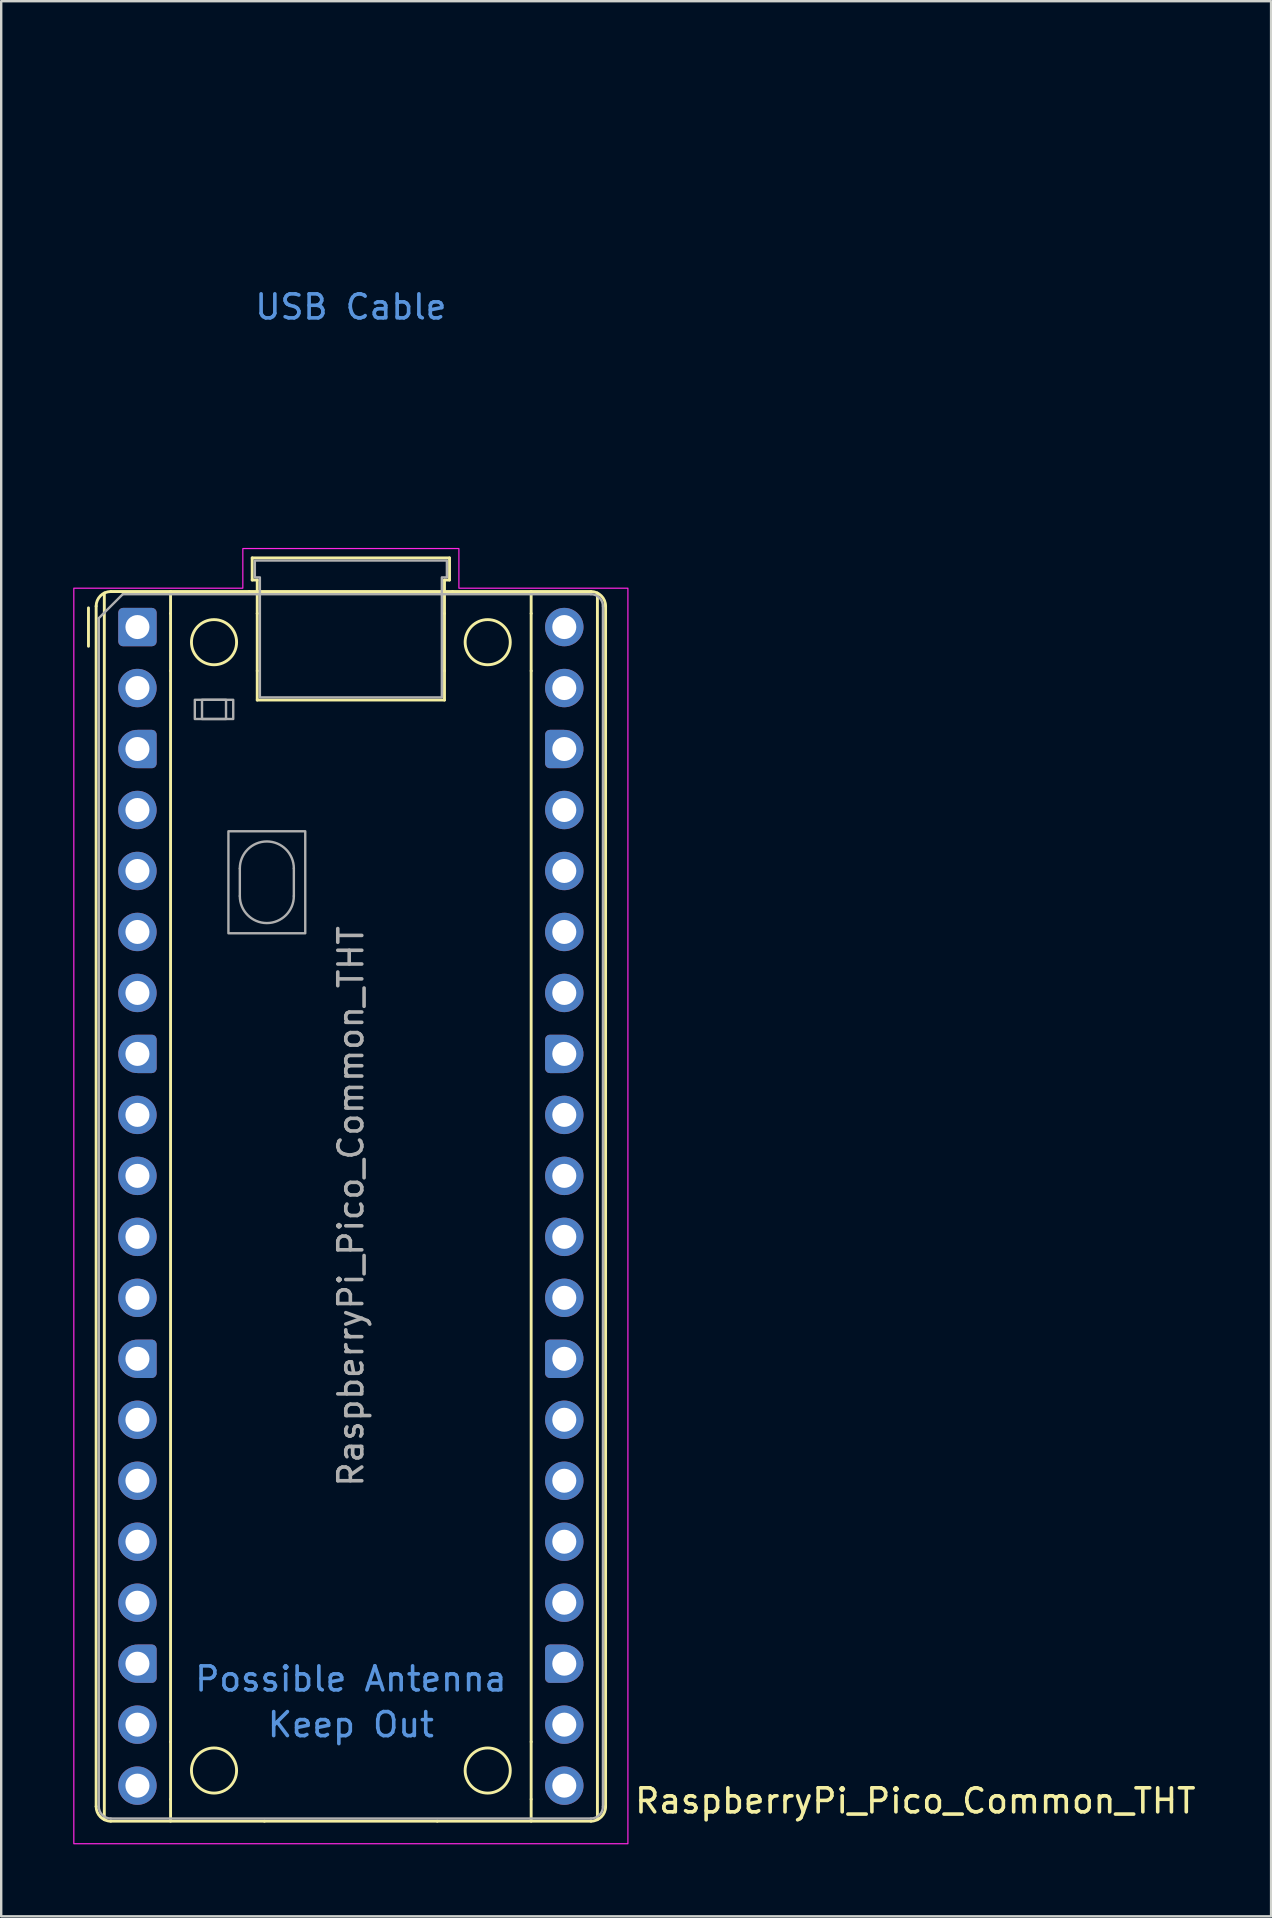
<source format=kicad_pcb>
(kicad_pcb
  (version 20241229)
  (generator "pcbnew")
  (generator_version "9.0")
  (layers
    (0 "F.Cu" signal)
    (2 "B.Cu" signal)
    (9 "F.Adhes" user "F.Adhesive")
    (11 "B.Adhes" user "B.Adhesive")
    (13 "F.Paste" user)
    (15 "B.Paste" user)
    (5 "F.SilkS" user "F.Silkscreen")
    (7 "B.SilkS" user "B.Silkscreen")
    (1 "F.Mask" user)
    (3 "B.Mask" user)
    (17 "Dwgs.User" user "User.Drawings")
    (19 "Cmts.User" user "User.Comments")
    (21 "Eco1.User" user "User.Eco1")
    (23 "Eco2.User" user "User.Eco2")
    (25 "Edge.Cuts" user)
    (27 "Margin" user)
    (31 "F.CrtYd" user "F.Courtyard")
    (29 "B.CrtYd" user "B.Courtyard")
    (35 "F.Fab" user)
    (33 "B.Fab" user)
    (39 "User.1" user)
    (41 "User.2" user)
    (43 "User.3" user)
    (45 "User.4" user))
  (footprint "RaspberryPi_Pico_Common_THT"
    (layer "F.Cu")
    (at 11.565 47.2)
    (property "Reference" "RaspberryPi_Pico_Common_THT" (at 11.748 24.765 0) (unlocked yes) (layer "F.SilkS") (effects (font (size 1 1) (thickness 0.15)) (justify left)))
    (attr through_hole)
    (fp_line (start -10.93 -23.33) (end -10.93 -24.93) (stroke (width 0.12) (type solid)) (layer "F.SilkS"))
    (fp_line (start -10.61 -25) (end -10.61 25) (stroke (width 0.12) (type solid)) (layer "F.SilkS"))
    (fp_line (start -10.27 -25.547) (end -10.27 25.547) (stroke (width 0.12) (type solid)) (layer "F.SilkS"))
    (fp_line (start -10 -25.61) (end -7.51 -25.61) (stroke (width 0.12) (type solid)) (layer "F.SilkS"))
    (fp_line (start -10 25.61) (end -3.6 25.61) (stroke (width 0.12) (type solid)) (layer "F.SilkS"))
    (fp_line (start -7.51 -25.61) (end -7.51 -24.696) (stroke (width 0.12) (type solid)) (layer "F.SilkS"))
    (fp_line (start -7.51 -25.61) (end -4.235 -25.61) (stroke (width 0.12) (type solid)) (layer "F.SilkS"))
    (fp_line (start -7.51 -24.696) (end -7.51 -22.304) (stroke (width 0.12) (type solid)) (layer "F.SilkS"))
    (fp_line (start -7.51 -22.304) (end -7.51 22.304) (stroke (width 0.12) (type solid)) (layer "F.SilkS"))
    (fp_line (start -7.51 22.304) (end -7.51 24.696) (stroke (width 0.12) (type solid)) (layer "F.SilkS"))
    (fp_line (start -7.51 24.696) (end -7.51 25.61) (stroke (width 0.12) (type solid)) (layer "F.SilkS"))
    (fp_line (start -4.235 -25.61) (end 4.235 -25.61) (stroke (width 0.12) (type solid)) (layer "F.SilkS"))
    (fp_line (start -4.11 -27.01) (end -4.11 -26.09) (stroke (width 0.12) (type solid)) (layer "F.SilkS"))
    (fp_line (start -4.11 -27.01) (end 4.11 -27.01) (stroke (width 0.12) (type solid)) (layer "F.SilkS"))
    (fp_line (start -4.11 -26.09) (end -3.9 -26.09) (stroke (width 0.12) (type solid)) (layer "F.SilkS"))
    (fp_line (start -3.9 -26.09) (end -3.9 -24.694) (stroke (width 0.12) (type solid)) (layer "F.SilkS"))
    (fp_line (start -3.9 -24.694) (end -3.9 -22.306) (stroke (width 0.12) (type default)) (layer "F.SilkS"))
    (fp_line (start -3.9 -22.306) (end -3.9 -21.09) (stroke (width 0.12) (type solid)) (layer "F.SilkS"))
    (fp_line (start 3.6 25.61) (end -3.6 25.61) (stroke (width 0.12) (type solid)) (layer "F.SilkS"))
    (fp_line (start 3.6 25.61) (end 10 25.61) (stroke (width 0.12) (type solid)) (layer "F.SilkS"))
    (fp_line (start 3.9 -26.09) (end 3.9 -24.694) (stroke (width 0.12) (type solid)) (layer "F.SilkS"))
    (fp_line (start 3.9 -24.694) (end 3.9 -22.306) (stroke (width 0.12) (type default)) (layer "F.SilkS"))
    (fp_line (start 3.9 -22.306) (end 3.9 -21.09) (stroke (width 0.12) (type solid)) (layer "F.SilkS"))
    (fp_line (start 3.9 -21.09) (end -3.9 -21.09) (stroke (width 0.12) (type solid)) (layer "F.SilkS"))
    (fp_line (start 4.11 -27.01) (end 4.11 -26.09) (stroke (width 0.12) (type solid)) (layer "F.SilkS"))
    (fp_line (start 4.11 -26.09) (end 3.9 -26.09) (stroke (width 0.12) (type solid)) (layer "F.SilkS"))
    (fp_line (start 4.235 -25.61) (end 7.51 -25.61) (stroke (width 0.12) (type solid)) (layer "F.SilkS"))
    (fp_line (start 7.51 -25.61) (end 7.51 -24.696) (stroke (width 0.12) (type solid)) (layer "F.SilkS"))
    (fp_line (start 7.51 -24.696) (end 7.51 -22.304) (stroke (width 0.12) (type solid)) (layer "F.SilkS"))
    (fp_line (start 7.51 -22.304) (end 7.51 22.304) (stroke (width 0.12) (type solid)) (layer "F.SilkS"))
    (fp_line (start 7.51 22.304) (end 7.51 24.696) (stroke (width 0.12) (type solid)) (layer "F.SilkS"))
    (fp_line (start 7.51 24.696) (end 7.51 25.61) (stroke (width 0.12) (type solid)) (layer "F.SilkS"))
    (fp_line (start 10 -25.61) (end 7.51 -25.61) (stroke (width 0.12) (type solid)) (layer "F.SilkS"))
    (fp_line (start 10.27 25.547) (end 10.27 -25.547) (stroke (width 0.12) (type solid)) (layer "F.SilkS"))
    (fp_line (start 10.61 -25) (end 10.61 25) (stroke (width 0.12) (type solid)) (layer "F.SilkS"))
    (fp_arc (start -10.61 -25) (mid -10.431335 -25.431335) (end -10 -25.61) (stroke (width 0.12) (type solid)) (layer "F.SilkS"))
    (fp_arc (start -10 25.61) (mid -10.431364 25.431364) (end -10.61 25) (stroke (width 0.12) (type solid)) (layer "F.SilkS"))
    (fp_arc (start 10 -25.61) (mid 10.431335 -25.431335) (end 10.61 -25) (stroke (width 0.12) (type solid)) (layer "F.SilkS"))
    (fp_arc (start 10.61 25) (mid 10.431335 25.431335) (end 10 25.61) (stroke (width 0.12) (type solid)) (layer "F.SilkS"))
    (fp_circle (center -5.7 -23.5) (end -4.76 -23.5) (stroke (width 0.12) (type solid)) (fill no) (layer "F.SilkS"))
    (fp_circle (center -5.7 23.5) (end -4.76 23.5) (stroke (width 0.12) (type solid)) (fill no) (layer "F.SilkS"))
    (fp_circle (center 5.7 -23.5) (end 6.64 -23.5) (stroke (width 0.12) (type solid)) (fill no) (layer "F.SilkS"))
    (fp_circle (center 5.7 23.5) (end 6.64 23.5) (stroke (width 0.12) (type solid)) (fill no) (layer "F.SilkS"))
    (fp_poly (pts (xy -4.5 -27.4) (xy 4.5 -27.4) (xy 4.5 -25.75) (xy 11.54 -25.75) (xy 11.54 26.55) (xy -11.54 26.55) (xy -11.54 -25.75) (xy -4.5 -25.75)) (stroke (width 0.05) (type solid)) (fill no) (layer "F.CrtYd"))
    (fp_line (start -10.5 -24.5) (end -9.5 -25.5) (stroke (width 0.1) (type solid)) (layer "F.Fab"))
    (fp_line (start -10.5 25) (end -10.5 -24.5) (stroke (width 0.1) (type solid)) (layer "F.Fab"))
    (fp_line (start -9.5 -25.5) (end 10 -25.5) (stroke (width 0.1) (type solid)) (layer "F.Fab"))
    (fp_line (start -4.625 -14.075) (end -4.625 -12.925) (stroke (width 0.1) (type solid)) (layer "F.Fab"))
    (fp_line (start -2.375 -14.075) (end -2.375 -12.925) (stroke (width 0.1) (type solid)) (layer "F.Fab"))
    (fp_line (start 10 25.5) (end -10 25.5) (stroke (width 0.1) (type solid)) (layer "F.Fab"))
    (fp_line (start 10.5 -25) (end 10.5 25) (stroke (width 0.1) (type solid)) (layer "F.Fab"))
    (fp_rect (start -6.5 -21.1) (end -4.9 -20.3) (stroke (width 0.1) (type solid)) (fill no) (layer "F.Fab"))
    (fp_rect (start -6.2 -21.1) (end -5.2 -20.3) (stroke (width 0.1) (type solid)) (fill no) (layer "F.Fab"))
    (fp_rect (start -5.1 -15.625) (end -1.9 -11.375) (stroke (width 0.1) (type solid)) (fill no) (layer "F.Fab"))
    (fp_arc (start -10 25.5) (mid -10.353553 25.353553) (end -10.5 25) (stroke (width 0.1) (type solid)) (layer "F.Fab"))
    (fp_arc (start -4.625 -14.075) (mid -3.5 -15.2) (end -2.375 -14.075) (stroke (width 0.1) (type solid)) (layer "F.Fab"))
    (fp_arc (start -2.375 -12.925) (mid -3.5 -11.8) (end -4.625 -12.925) (stroke (width 0.1) (type solid)) (layer "F.Fab"))
    (fp_arc (start 10 -25.5) (mid 10.353553 -25.353553) (end 10.5 -25) (stroke (width 0.1) (type solid)) (layer "F.Fab"))
    (fp_arc (start 10.5 25) (mid 10.353553 25.353553) (end 10 25.5) (stroke (width 0.1) (type solid)) (layer "F.Fab"))
    (fp_poly (pts (xy 3.79 -21.2) (xy 3.79 -26.2) (xy 4 -26.2) (xy 4 -26.9) (xy -4 -26.9) (xy -4 -26.2) (xy -3.79 -26.2) (xy -3.79 -21.2)) (stroke (width 0.1) (type solid)) (fill no) (layer "F.Fab"))
    (fp_text user "Possible Antenna" (at 0 19.685 0) (unlocked yes) (layer "Cmts.User") (effects (font (size 1 1) (thickness 0.15))))
    (fp_text user "USB Cable" (at 0 -37.465 0) (unlocked yes) (layer "Cmts.User") (effects (font (size 1 1) (thickness 0.15))))
    (fp_text user "Keep Out" (at 0 21.59 0) (unlocked yes) (layer "Cmts.User") (effects (font (size 1 1) (thickness 0.15))))
    (fp_text user "${REFERENCE}" (at 0 0 90) (layer "F.Fab") (effects (font (size 1 1) (thickness 0.15))))
    (pad "1" thru_hole roundrect (at -8.89 -24.13) (size 1.6 1.6) (drill 1) (layers "*.Cu" "*.Mask") (roundrect_rratio 0.125))
    (pad "2" thru_hole circle (at -8.89 -21.59) (size 1.6 1.6) (drill 1) (layers "*.Cu" "*.Mask"))
    (pad "3" thru_hole custom (at -8.89 -19.05) (size 1.6 1.6) (drill 1) (layers "*.Cu" "*.Mask") (options (anchor circle)) (primitives (gr_poly (pts (xy 0.8 0.6) (xy 0.8 -0.6) (xy 0.6 -0.8) (xy 0 -0.8) (xy 0 0.8) (xy 0.6 0.8)) (width 0) (fill yes)) (gr_circle (center 0.6 0.6) (end 0.8 0.6) (width 0) (fill yes)) (gr_circle (center 0.6 -0.6) (end 0.8 -0.6) (width 0) (fill yes))))
    (pad "4" thru_hole circle (at -8.89 -16.51) (size 1.6 1.6) (drill 1) (layers "*.Cu" "*.Mask"))
    (pad "5" thru_hole circle (at -8.89 -13.97) (size 1.6 1.6) (drill 1) (layers "*.Cu" "*.Mask"))
    (pad "6" thru_hole circle (at -8.89 -11.43) (size 1.6 1.6) (drill 1) (layers "*.Cu" "*.Mask"))
    (pad "7" thru_hole circle (at -8.89 -8.89) (size 1.6 1.6) (drill 1) (layers "*.Cu" "*.Mask"))
    (pad "8" thru_hole custom (at -8.89 -6.35) (size 1.6 1.6) (drill 1) (layers "*.Cu" "*.Mask") (options (anchor circle)) (primitives (gr_poly (pts (xy 0.8 0.6) (xy 0.8 -0.6) (xy 0.6 -0.8) (xy 0 -0.8) (xy 0 0.8) (xy 0.6 0.8)) (width 0) (fill yes)) (gr_circle (center 0.6 0.6) (end 0.8 0.6) (width 0) (fill yes)) (gr_circle (center 0.6 -0.6) (end 0.8 -0.6) (width 0) (fill yes))))
    (pad "9" thru_hole circle (at -8.89 -3.81) (size 1.6 1.6) (drill 1) (layers "*.Cu" "*.Mask"))
    (pad "10" thru_hole circle (at -8.89 -1.27) (size 1.6 1.6) (drill 1) (layers "*.Cu" "*.Mask"))
    (pad "11" thru_hole circle (at -8.89 1.27) (size 1.6 1.6) (drill 1) (layers "*.Cu" "*.Mask"))
    (pad "12" thru_hole circle (at -8.89 3.81) (size 1.6 1.6) (drill 1) (layers "*.Cu" "*.Mask"))
    (pad "13" thru_hole custom (at -8.89 6.35) (size 1.6 1.6) (drill 1) (layers "*.Cu" "*.Mask") (options (anchor circle)) (primitives (gr_poly (pts (xy 0.8 0.6) (xy 0.8 -0.6) (xy 0.6 -0.8) (xy 0 -0.8) (xy 0 0.8) (xy 0.6 0.8)) (width 0) (fill yes)) (gr_circle (center 0.6 0.6) (end 0.8 0.6) (width 0) (fill yes)) (gr_circle (center 0.6 -0.6) (end 0.8 -0.6) (width 0) (fill yes))))
    (pad "14" thru_hole circle (at -8.89 8.89) (size 1.6 1.6) (drill 1) (layers "*.Cu" "*.Mask"))
    (pad "15" thru_hole circle (at -8.89 11.43) (size 1.6 1.6) (drill 1) (layers "*.Cu" "*.Mask"))
    (pad "16" thru_hole circle (at -8.89 13.97) (size 1.6 1.6) (drill 1) (layers "*.Cu" "*.Mask"))
    (pad "17" thru_hole circle (at -8.89 16.51) (size 1.6 1.6) (drill 1) (layers "*.Cu" "*.Mask"))
    (pad "18" thru_hole custom (at -8.89 19.05) (size 1.6 1.6) (drill 1) (layers "*.Cu" "*.Mask") (options (anchor circle)) (primitives (gr_poly (pts (xy 0.8 0.6) (xy 0.8 -0.6) (xy 0.6 -0.8) (xy 0 -0.8) (xy 0 0.8) (xy 0.6 0.8)) (width 0) (fill yes)) (gr_circle (center 0.6 0.6) (end 0.8 0.6) (width 0) (fill yes)) (gr_circle (center 0.6 -0.6) (end 0.8 -0.6) (width 0) (fill yes))))
    (pad "19" thru_hole circle (at -8.89 21.59) (size 1.6 1.6) (drill 1) (layers "*.Cu" "*.Mask"))
    (pad "20" thru_hole circle (at -8.89 24.13) (size 1.6 1.6) (drill 1) (layers "*.Cu" "*.Mask"))
    (pad "21" thru_hole circle (at 8.89 24.13) (size 1.6 1.6) (drill 1) (layers "*.Cu" "*.Mask"))
    (pad "22" thru_hole circle (at 8.89 21.59) (size 1.6 1.6) (drill 1) (layers "*.Cu" "*.Mask"))
    (pad "23" thru_hole custom (at 8.89 19.05) (size 1.6 1.6) (drill 1) (layers "*.Cu" "*.Mask") (options (anchor circle)) (primitives (gr_poly (pts (xy -0.8 0.6) (xy -0.8 -0.6) (xy -0.6 -0.8) (xy 0 -0.8) (xy 0 0.8) (xy -0.6 0.8)) (width 0) (fill yes)) (gr_circle (center -0.6 0.6) (end -0.4 0.6) (width 0) (fill yes)) (gr_circle (center -0.6 -0.6) (end -0.4 -0.6) (width 0) (fill yes))))
    (pad "24" thru_hole circle (at 8.89 16.51) (size 1.6 1.6) (drill 1) (layers "*.Cu" "*.Mask"))
    (pad "25" thru_hole circle (at 8.89 13.97) (size 1.6 1.6) (drill 1) (layers "*.Cu" "*.Mask"))
    (pad "26" thru_hole circle (at 8.89 11.43) (size 1.6 1.6) (drill 1) (layers "*.Cu" "*.Mask"))
    (pad "27" thru_hole circle (at 8.89 8.89) (size 1.6 1.6) (drill 1) (layers "*.Cu" "*.Mask"))
    (pad "28" thru_hole custom (at 8.89 6.35) (size 1.6 1.6) (drill 1) (layers "*.Cu" "*.Mask") (options (anchor circle)) (primitives (gr_poly (pts (xy -0.8 0.6) (xy -0.8 -0.6) (xy -0.6 -0.8) (xy 0 -0.8) (xy 0 0.8) (xy -0.6 0.8)) (width 0) (fill yes)) (gr_circle (center -0.6 0.6) (end -0.4 0.6) (width 0) (fill yes)) (gr_circle (center -0.6 -0.6) (end -0.4 -0.6) (width 0) (fill yes))))
    (pad "29" thru_hole circle (at 8.89 3.81) (size 1.6 1.6) (drill 1) (layers "*.Cu" "*.Mask"))
    (pad "30" thru_hole circle (at 8.89 1.27) (size 1.6 1.6) (drill 1) (layers "*.Cu" "*.Mask"))
    (pad "31" thru_hole circle (at 8.89 -1.27) (size 1.6 1.6) (drill 1) (layers "*.Cu" "*.Mask"))
    (pad "32" thru_hole circle (at 8.89 -3.81) (size 1.6 1.6) (drill 1) (layers "*.Cu" "*.Mask"))
    (pad "33" thru_hole custom (at 8.89 -6.35) (size 1.6 1.6) (drill 1) (layers "*.Cu" "*.Mask") (options (anchor circle)) (primitives (gr_poly (pts (xy -0.8 0.6) (xy -0.8 -0.6) (xy -0.6 -0.8) (xy 0 -0.8) (xy 0 0.8) (xy -0.6 0.8)) (width 0) (fill yes)) (gr_circle (center -0.6 0.6) (end -0.4 0.6) (width 0) (fill yes)) (gr_circle (center -0.6 -0.6) (end -0.4 -0.6) (width 0) (fill yes))))
    (pad "34" thru_hole circle (at 8.89 -8.89) (size 1.6 1.6) (drill 1) (layers "*.Cu" "*.Mask"))
    (pad "35" thru_hole circle (at 8.89 -11.43) (size 1.6 1.6) (drill 1) (layers "*.Cu" "*.Mask"))
    (pad "36" thru_hole circle (at 8.89 -13.97) (size 1.6 1.6) (drill 1) (layers "*.Cu" "*.Mask"))
    (pad "37" thru_hole circle (at 8.89 -16.51) (size 1.6 1.6) (drill 1) (layers "*.Cu" "*.Mask"))
    (pad "38" thru_hole custom (at 8.89 -19.05) (size 1.6 1.6) (drill 1) (layers "*.Cu" "*.Mask") (options (anchor circle)) (primitives (gr_poly (pts (xy -0.8 0.6) (xy -0.8 -0.6) (xy -0.6 -0.8) (xy 0 -0.8) (xy 0 0.8) (xy -0.6 0.8)) (width 0) (fill yes)) (gr_circle (center -0.6 0.6) (end -0.4 0.6) (width 0) (fill yes)) (gr_circle (center -0.6 -0.6) (end -0.4 -0.6) (width 0) (fill yes))))
    (pad "39" thru_hole circle (at 8.89 -21.59) (size 1.6 1.6) (drill 1) (layers "*.Cu" "*.Mask"))
    (pad "40" thru_hole circle (at 8.89 -24.13) (size 1.6 1.6) (drill 1) (layers "*.Cu" "*.Mask"))
    (zone (net_name "") (layers "F.Cu" "B.Cu" "F.Paste" "B.Paste") (name "Antenna Copper Keep Out") (hatch full 0.5) (connect_pads) (min_thickness 0.254) (filled_areas_thickness no) (keepout (tracks not_allowed) (vias not_allowed) (pads not_allowed) (copperpour not_allowed) (footprints allowed)) (placement (enabled no)) (fill) (polygon (pts (xy 9.165 72.19) (xy 4.465 68.54) (xy 4.465 64.2) (xy 18.665 64.2) (xy 18.665 68.54) (xy 13.965 72.19) (xy 13.965 73.2) (xy 9.165 73.2))))
    (zone (net_name "") (layer "F.CrtYd") (name "USB Cable") (hatch edge 0.5) (connect_pads) (min_thickness 0.254) (filled_areas_thickness no) (keepout (tracks allowed) (vias allowed) (pads allowed) (copperpour allowed) (footprints allowed)) (placement (enabled no)) (fill) (polygon (pts (xy 5.815 19.5) (xy 7.625 19.5) (xy 7.625 19.8) (xy 15.505 19.8) (xy 15.505 19.5) (xy 17.315 19.5) (xy 17.315 0) (xy 5.815 0)))))
  (gr_rect
    (start -3 -3)
    (end 49.896 76.775)
    (stroke (width 0.1) (type default))
    (fill no)
    (layer "Edge.Cuts")))
</source>
